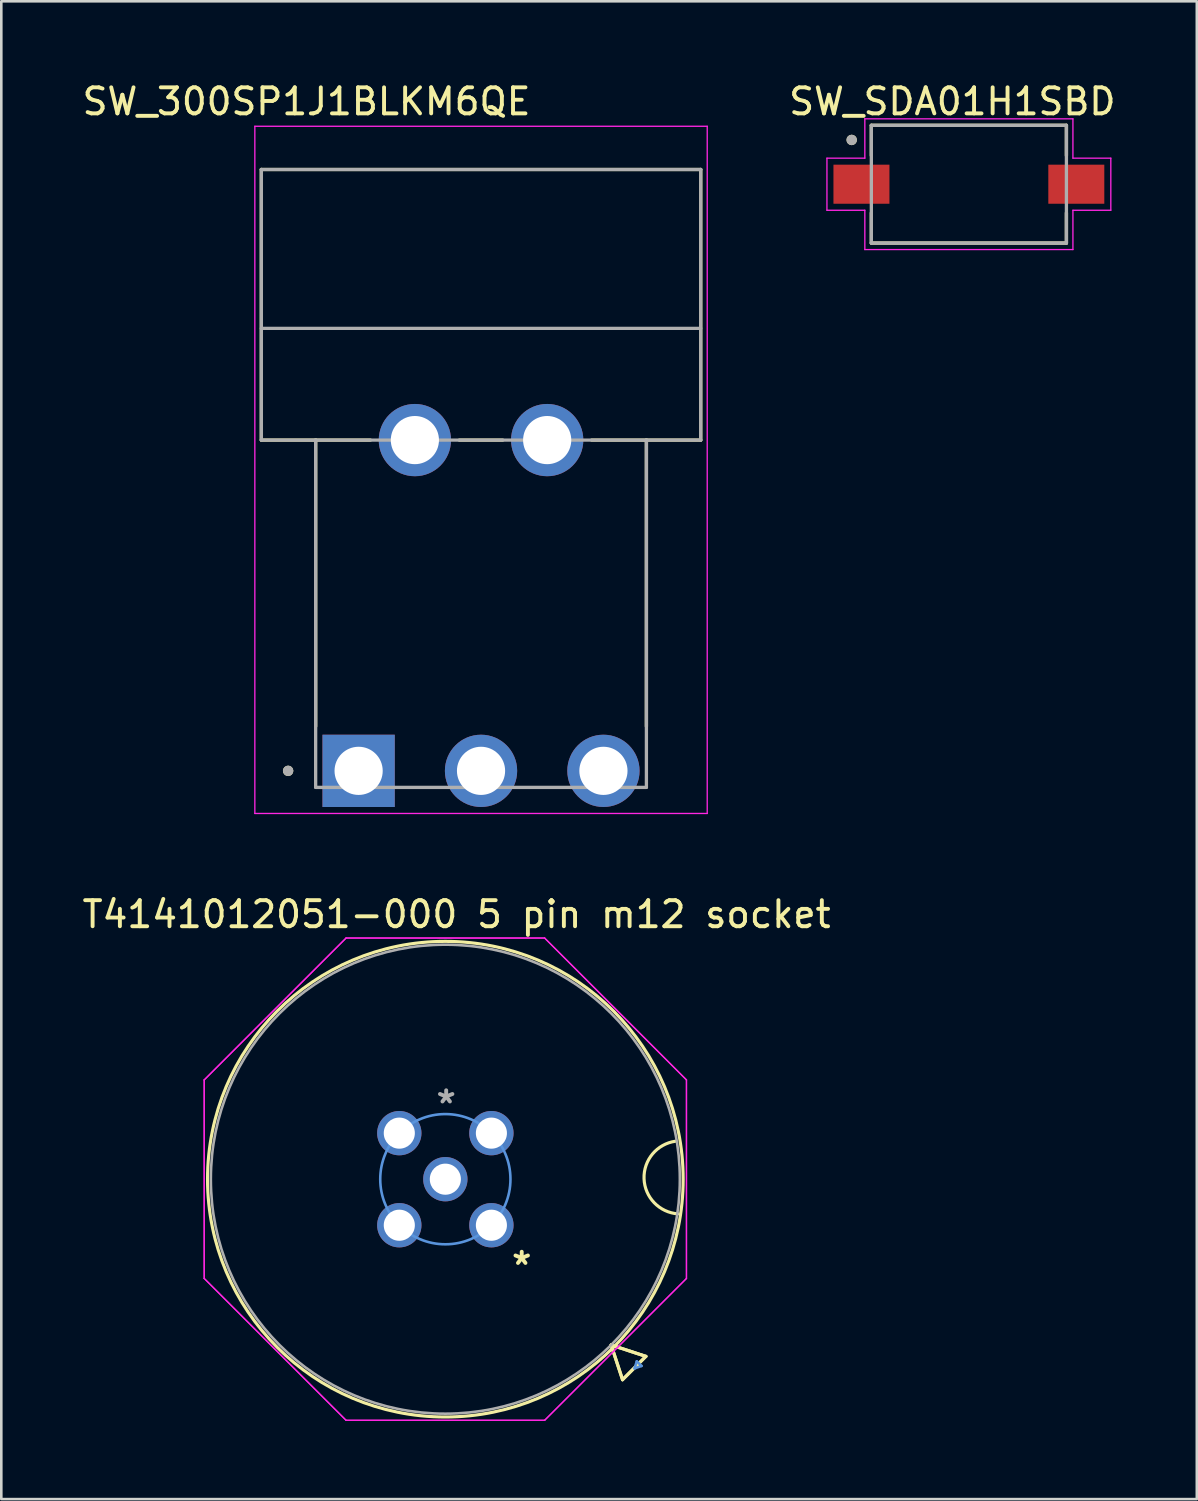
<source format=kicad_pcb>
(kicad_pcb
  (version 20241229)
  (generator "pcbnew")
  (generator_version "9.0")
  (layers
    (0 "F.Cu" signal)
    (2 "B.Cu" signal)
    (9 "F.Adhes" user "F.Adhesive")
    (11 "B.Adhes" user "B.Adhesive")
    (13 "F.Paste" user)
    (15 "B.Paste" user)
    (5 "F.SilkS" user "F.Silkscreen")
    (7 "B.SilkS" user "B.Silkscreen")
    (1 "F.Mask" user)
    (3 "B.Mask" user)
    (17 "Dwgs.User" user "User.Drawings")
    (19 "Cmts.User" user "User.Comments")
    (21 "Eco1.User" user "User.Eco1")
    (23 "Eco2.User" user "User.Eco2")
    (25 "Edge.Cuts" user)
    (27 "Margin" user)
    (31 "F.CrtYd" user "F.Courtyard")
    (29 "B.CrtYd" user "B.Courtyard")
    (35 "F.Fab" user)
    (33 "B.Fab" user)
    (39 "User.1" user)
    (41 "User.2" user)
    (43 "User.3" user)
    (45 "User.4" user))
  (footprint "SW_SDA01H1SBD"
    (layer "F.Cu")
    (at 34.152 4.023)
    (property "Reference" "SW_SDA01H1SBD" (at -0.635 -3.175 0) (layer "F.SilkS") (effects (font (size 1 1) (thickness 0.15))))
    (attr smd)
    (fp_line (start -3.745 -2.26) (end 3.745 -2.26) (stroke (width 0.127) (type solid)) (layer "F.SilkS"))
    (fp_line (start -3.745 -1.1) (end -3.745 -2.26) (stroke (width 0.127) (type solid)) (layer "F.SilkS"))
    (fp_line (start -3.745 1.1) (end -3.745 2.26) (stroke (width 0.127) (type solid)) (layer "F.SilkS"))
    (fp_line (start -3.745 2.26) (end 3.745 2.26) (stroke (width 0.127) (type solid)) (layer "F.SilkS"))
    (fp_line (start 3.745 -2.26) (end 3.745 -1.1) (stroke (width 0.127) (type solid)) (layer "F.SilkS"))
    (fp_line (start 3.745 2.26) (end 3.745 1.1) (stroke (width 0.127) (type solid)) (layer "F.SilkS"))
    (fp_circle (center -4.5 -1.7) (end -4.4 -1.7) (stroke (width 0.2) (type solid)) (fill no) (layer "F.SilkS"))
    (fp_line (start -5.45 -1) (end -3.995 -1) (stroke (width 0.05) (type solid)) (layer "F.CrtYd"))
    (fp_line (start -5.45 1) (end -5.45 -1) (stroke (width 0.05) (type solid)) (layer "F.CrtYd"))
    (fp_line (start -3.995 -2.51) (end 3.995 -2.51) (stroke (width 0.05) (type solid)) (layer "F.CrtYd"))
    (fp_line (start -3.995 -1) (end -3.995 -2.51) (stroke (width 0.05) (type solid)) (layer "F.CrtYd"))
    (fp_line (start -3.995 1) (end -5.45 1) (stroke (width 0.05) (type solid)) (layer "F.CrtYd"))
    (fp_line (start -3.995 2.51) (end -3.995 1) (stroke (width 0.05) (type solid)) (layer "F.CrtYd"))
    (fp_line (start 3.995 -2.51) (end 3.995 -1) (stroke (width 0.05) (type solid)) (layer "F.CrtYd"))
    (fp_line (start 3.995 -1) (end 5.45 -1) (stroke (width 0.05) (type solid)) (layer "F.CrtYd"))
    (fp_line (start 3.995 1) (end 3.995 2.51) (stroke (width 0.05) (type solid)) (layer "F.CrtYd"))
    (fp_line (start 3.995 2.51) (end -3.995 2.51) (stroke (width 0.05) (type solid)) (layer "F.CrtYd"))
    (fp_line (start 5.45 -1) (end 5.45 1) (stroke (width 0.05) (type solid)) (layer "F.CrtYd"))
    (fp_line (start 5.45 1) (end 3.995 1) (stroke (width 0.05) (type solid)) (layer "F.CrtYd"))
    (fp_line (start -3.745 -2.26) (end 3.745 -2.26) (stroke (width 0.127) (type solid)) (layer "F.Fab"))
    (fp_line (start -3.745 2.26) (end -3.745 -2.26) (stroke (width 0.127) (type solid)) (layer "F.Fab"))
    (fp_line (start 3.745 -2.26) (end 3.745 2.26) (stroke (width 0.127) (type solid)) (layer "F.Fab"))
    (fp_line (start 3.745 2.26) (end -3.745 2.26) (stroke (width 0.127) (type solid)) (layer "F.Fab"))
    (fp_circle (center -4.5 -1.7) (end -4.4 -1.7) (stroke (width 0.2) (type solid)) (fill no) (layer "F.Fab"))
    (pad "1" smd rect (at -4.125 0) (size 2.15 1.5) (layers "F.Cu" "F.Mask" "F.Paste"))
    (pad "2" smd rect (at 4.125 0) (size 2.15 1.5) (layers "F.Cu" "F.Mask" "F.Paste")))
  (footprint "T4141012051-000 5 pin m12 socket"
    (layer "F.Cu")
    (at 12.282 40.459)
    (property "Reference" "T4141012051-000 5 pin m12 socket" (at 2.2 -8.4 0) (layer "F.SilkS") (effects (font (size 1 1) (thickness 0.15))))
    (attr through_hole)
    (fp_line (start 8.135 8.135) (end 9.467 8.571) (stroke (width 0.12) (type solid)) (layer "F.SilkS"))
    (fp_line (start 8.135 8.135) (end 9.467 8.571) (stroke (width 0.12) (type solid)) (layer "F.SilkS"))
    (fp_line (start 8.571 9.467) (end 8.135 8.135) (stroke (width 0.12) (type solid)) (layer "F.SilkS"))
    (fp_line (start 8.571 9.467) (end 8.135 8.135) (stroke (width 0.12) (type solid)) (layer "F.SilkS"))
    (fp_line (start 9.467 8.571) (end 8.571 9.467) (stroke (width 0.12) (type solid)) (layer "F.SilkS"))
    (fp_line (start 9.467 8.571) (end 8.571 9.467) (stroke (width 0.12) (type solid)) (layer "F.SilkS"))
    (fp_arc (start 10.7 3.099999) (mid 9.397308 1.749528) (end 10.601506 0.310541) (stroke (width 0.12) (type solid)) (layer "F.SilkS"))
    (fp_circle (center 1.768 1.768) (end 10.899 1.768) (stroke (width 0.12) (type solid)) (fill no) (layer "F.SilkS"))
    (fp_line (start 9.033 9.033) (end 9.302 8.939) (stroke (width 0.1) (type solid)) (layer "Cmts.User"))
    (fp_line (start 9.118 8.763) (end 9.033 9.033) (stroke (width 0.1) (type solid)) (layer "Cmts.User"))
    (fp_line (start 9.302 8.939) (end 9.118 8.763) (stroke (width 0.1) (type solid)) (layer "Cmts.User"))
    (fp_circle (center 1.768 1.768) (end 4.268 1.768) (stroke (width 0.1) (type solid)) (fill no) (layer "Cmts.User"))
    (fp_line (start -7.491 -2.044) (end -2.044 -7.491) (stroke (width 0.05) (type solid)) (layer "F.CrtYd"))
    (fp_line (start -7.491 -2.044) (end -2.044 -7.491) (stroke (width 0.05) (type solid)) (layer "F.CrtYd"))
    (fp_line (start -7.491 5.58) (end -7.491 -2.044) (stroke (width 0.05) (type solid)) (layer "F.CrtYd"))
    (fp_line (start -7.491 5.58) (end -7.491 -2.044) (stroke (width 0.05) (type solid)) (layer "F.CrtYd"))
    (fp_line (start -2.044 -7.491) (end 5.58 -7.491) (stroke (width 0.05) (type solid)) (layer "F.CrtYd"))
    (fp_line (start -2.044 -7.491) (end 5.58 -7.491) (stroke (width 0.05) (type solid)) (layer "F.CrtYd"))
    (fp_line (start -2.044 11.026) (end -7.491 5.58) (stroke (width 0.05) (type solid)) (layer "F.CrtYd"))
    (fp_line (start -2.044 11.026) (end -7.491 5.58) (stroke (width 0.05) (type solid)) (layer "F.CrtYd"))
    (fp_line (start 5.58 -7.491) (end 11.026 -2.044) (stroke (width 0.05) (type solid)) (layer "F.CrtYd"))
    (fp_line (start 5.58 -7.491) (end 11.026 -2.044) (stroke (width 0.05) (type solid)) (layer "F.CrtYd"))
    (fp_line (start 5.58 11.026) (end -2.044 11.026) (stroke (width 0.05) (type solid)) (layer "F.CrtYd"))
    (fp_line (start 5.58 11.026) (end -2.044 11.026) (stroke (width 0.05) (type solid)) (layer "F.CrtYd"))
    (fp_line (start 11.026 -2.044) (end 11.026 5.58) (stroke (width 0.05) (type solid)) (layer "F.CrtYd"))
    (fp_line (start 11.026 -2.044) (end 11.026 5.58) (stroke (width 0.05) (type solid)) (layer "F.CrtYd"))
    (fp_line (start 11.026 5.58) (end 5.58 11.026) (stroke (width 0.05) (type solid)) (layer "F.CrtYd"))
    (fp_line (start 11.026 5.58) (end 5.58 11.026) (stroke (width 0.05) (type solid)) (layer "F.CrtYd"))
    (fp_circle (center 1.768 1.768) (end 10.772 1.768) (stroke (width 0.1) (type solid)) (fill no) (layer "F.Fab"))
    (fp_text user "*" (at 4.7 5.1 0) (layer "F.SilkS") (effects (font (size 1 1) (thickness 0.15))))
    (fp_text user "*" (at 1.8 -1.1 0) (layer "F.Fab") (effects (font (size 1 1) (thickness 0.15))))
    (pad "1" thru_hole circle (at 3.536 0.000001 90) (size 1.702 1.702) (drill 1.194) (layers "*.Cu" "*.Mask"))
    (pad "2" thru_hole circle (at 3.536 3.536) (size 1.702 1.702) (drill 1.194) (layers "*.Cu" "*.Mask"))
    (pad "3" thru_hole circle (at 0.000001 3.536 90) (size 1.702 1.702) (drill 1.194) (layers "*.Cu" "*.Mask"))
    (pad "4" thru_hole circle (at 0.000001 0.000001) (size 1.702 1.702) (drill 1.194) (layers "*.Cu" "*.Mask"))
    (pad "5" thru_hole circle (at 1.768 1.768) (size 1.702 1.702) (drill 1.194) (layers "*.Cu" "*.Mask")))
  (footprint "SW_300SP1J1BLKM6QE"
    (layer "F.Cu")
    (at 15.42 26.548)
    (property "Reference" "SW_300SP1J1BLKM6QE" (at -6.7 -25.7 0) (layer "F.SilkS") (effects (font (size 1 1) (thickness 0.15))))
    (attr through_hole)
    (fp_line (start -8.435 -12.7) (end -8.435 -23.09) (stroke (width 0.127) (type solid)) (layer "F.SilkS"))
    (fp_line (start -6.35 -12.7) (end -8.435 -12.7) (stroke (width 0.127) (type solid)) (layer "F.SilkS"))
    (fp_line (start -6.35 -12.7) (end -6.35 -1.708) (stroke (width 0.127) (type solid)) (layer "F.SilkS"))
    (fp_line (start -4.247 -12.7) (end -6.35 -12.7) (stroke (width 0.127) (type solid)) (layer "F.SilkS"))
    (fp_line (start -0.833 -12.7) (end 0.833 -12.7) (stroke (width 0.127) (type solid)) (layer "F.SilkS"))
    (fp_line (start 6.35 -12.7) (end 4.247 -12.7) (stroke (width 0.127) (type solid)) (layer "F.SilkS"))
    (fp_line (start 6.35 -12.7) (end 8.435 -12.7) (stroke (width 0.127) (type solid)) (layer "F.SilkS"))
    (fp_line (start 6.35 -1.708) (end 6.35 -12.7) (stroke (width 0.127) (type solid)) (layer "F.SilkS"))
    (fp_line (start 8.435 -23.09) (end -8.435 -23.09) (stroke (width 0.127) (type solid)) (layer "F.SilkS"))
    (fp_line (start 8.435 -12.7) (end 8.435 -23.09) (stroke (width 0.127) (type solid)) (layer "F.SilkS"))
    (fp_circle (center -7.407 0) (end -7.307 0) (stroke (width 0.2) (type solid)) (fill no) (layer "F.SilkS"))
    (fp_line (start -8.685 -24.75) (end -8.685 1.637) (stroke (width 0.05) (type solid)) (layer "F.CrtYd"))
    (fp_line (start -8.685 1.637) (end 8.685 1.637) (stroke (width 0.05) (type solid)) (layer "F.CrtYd"))
    (fp_line (start 8.685 -24.75) (end -8.685 -24.75) (stroke (width 0.05) (type solid)) (layer "F.CrtYd"))
    (fp_line (start 8.685 1.637) (end 8.685 -24.75) (stroke (width 0.05) (type solid)) (layer "F.CrtYd"))
    (fp_line (start -8.435 -12.7) (end -8.435 -23.09) (stroke (width 0.127) (type solid)) (layer "F.Fab"))
    (fp_line (start -6.35 -12.7) (end -8.435 -12.7) (stroke (width 0.127) (type solid)) (layer "F.Fab"))
    (fp_line (start -6.35 -12.7) (end -6.35 0.635) (stroke (width 0.127) (type solid)) (layer "F.Fab"))
    (fp_line (start -6.35 0.635) (end 6.35 0.635) (stroke (width 0.127) (type solid)) (layer "F.Fab"))
    (fp_line (start 6.35 -12.7) (end -6.35 -12.7) (stroke (width 0.127) (type solid)) (layer "F.Fab"))
    (fp_line (start 6.35 -12.7) (end 8.435 -12.7) (stroke (width 0.127) (type solid)) (layer "F.Fab"))
    (fp_line (start 6.35 0.635) (end 6.35 -12.7) (stroke (width 0.127) (type solid)) (layer "F.Fab"))
    (fp_line (start 8.435 -23.09) (end -8.435 -23.09) (stroke (width 0.127) (type solid)) (layer "F.Fab"))
    (fp_line (start 8.435 -16.99) (end -8.435 -16.99) (stroke (width 0.127) (type solid)) (layer "F.Fab"))
    (fp_line (start 8.435 -12.7) (end 8.435 -23.09) (stroke (width 0.127) (type solid)) (layer "F.Fab"))
    (fp_circle (center -7.407 0) (end -7.307 0) (stroke (width 0.2) (type solid)) (fill no) (layer "F.Fab"))
    (pad "1" thru_hole rect (at -4.7 0) (size 2.775 2.775) (drill 1.85) (layers "*.Cu" "*.Mask"))
    (pad "2" thru_hole circle (at 0 0) (size 2.775 2.775) (drill 1.85) (layers "*.Cu" "*.Mask"))
    (pad "3" thru_hole circle (at 4.7 0) (size 2.775 2.775) (drill 1.85) (layers "*.Cu" "*.Mask"))
    (pad "S1" thru_hole circle (at -2.54 -12.7) (size 2.775 2.775) (drill 1.85) (layers "*.Cu" "*.Mask"))
    (pad "S2" thru_hole circle (at 2.54 -12.7) (size 2.775 2.775) (drill 1.85) (layers "*.Cu" "*.Mask")))
  (gr_rect
    (start -3 -3)
    (end 42.904 54.51)
    (stroke (width 0.1) (type default))
    (fill no)
    (layer "Edge.Cuts")))
</source>
